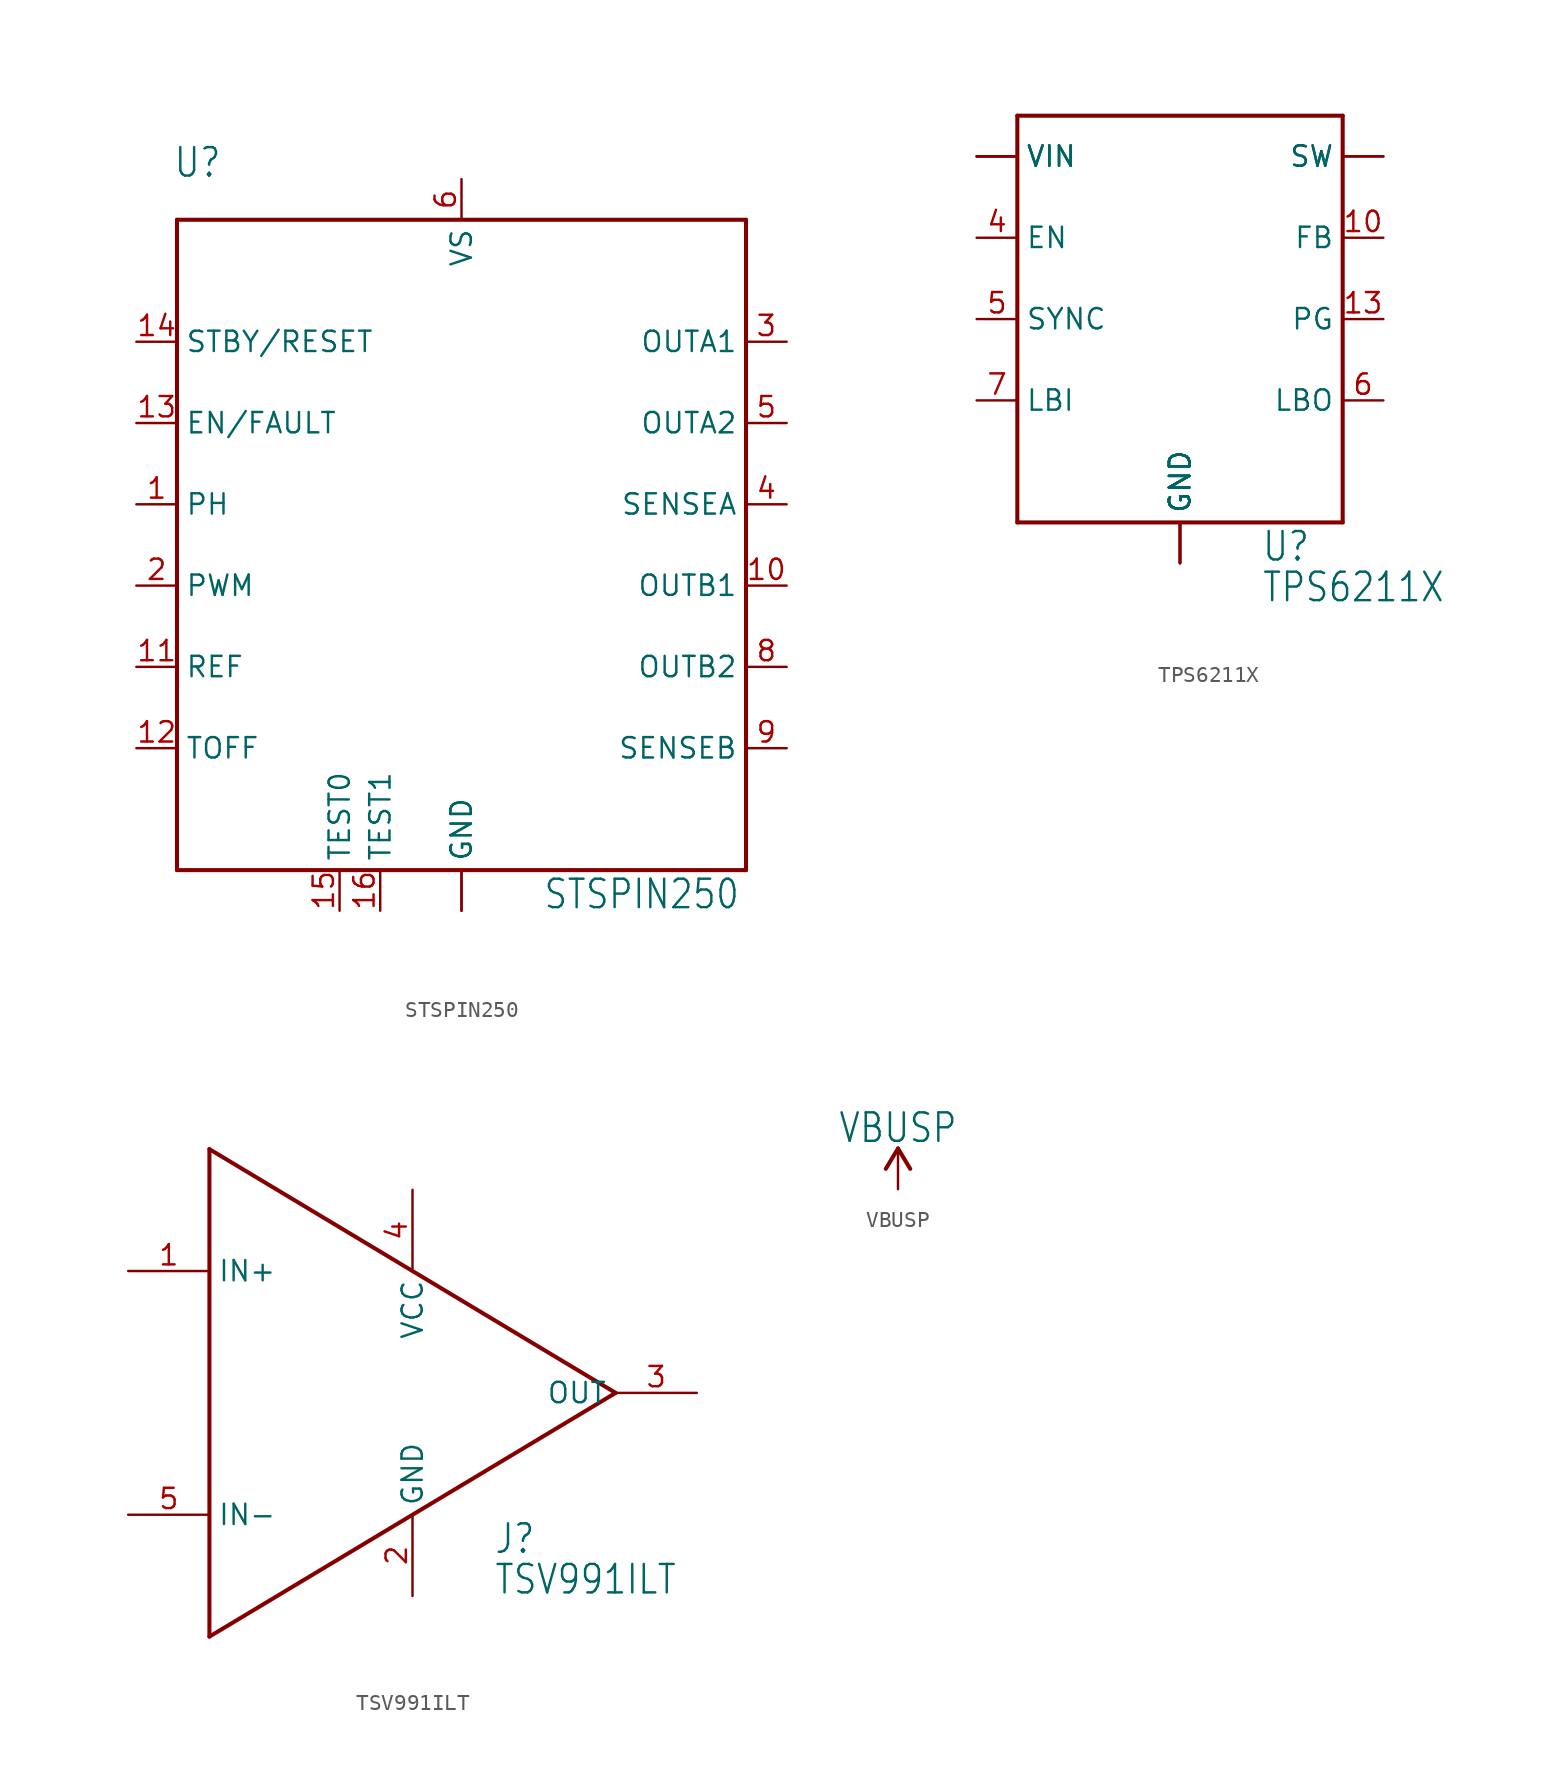
<source format=kicad_sym>
(kicad_symbol_lib
  (version 20211014)
  (generator kicad_symbol_editor)
  (symbol "STSPIN250"
    (property "Reference" "U"
      (at -18.034 22.86 0)
      (effects (font (size 1.778 1.511)) (justify left bottom)))
    (property "Value" "STSPIN250"
      (at 5.08 -22.86 0)
      (effects (font (size 1.778 1.511)) (justify left bottom)))
    (property "ki_locked" ""
      (at 0 0 0)
      (effects (font (size 1.27 1.27))))
    (symbol "STSPIN250_1_0"
      (polyline (pts (xy -17.78 -20.32) (xy 17.78 -20.32)) (stroke (width 0.254) (type default)) (fill (type none)))
      (polyline (pts (xy -17.78 20.32) (xy -17.78 -20.32)) (stroke (width 0.254) (type default)) (fill (type none)))
      (polyline (pts (xy 17.78 -20.32) (xy 17.78 20.32)) (stroke (width 0.254) (type default)) (fill (type none)))
      (polyline (pts (xy 17.78 20.32) (xy -17.78 20.32)) (stroke (width 0.254) (type default)) (fill (type none)))
      (pin input line (at -20.32 2.54 0) (length 2.54) (name "PH" (effects (font (size 1.27 1.27)))) (number "1" (effects (font (size 1.27 1.27)))))
      (pin output line (at 20.32 -2.54 180) (length 2.54) (name "OUTB1" (effects (font (size 1.27 1.27)))) (number "10" (effects (font (size 1.27 1.27)))))
      (pin passive line (at -20.32 -7.62 0) (length 2.54) (name "REF" (effects (font (size 1.27 1.27)))) (number "11" (effects (font (size 1.27 1.27)))))
      (pin passive line (at -20.32 -12.7 0) (length 2.54) (name "TOFF" (effects (font (size 1.27 1.27)))) (number "12" (effects (font (size 1.27 1.27)))))
      (pin bidirectional line (at -20.32 7.62 0) (length 2.54) (name "EN/FAULT" (effects (font (size 1.27 1.27)))) (number "13" (effects (font (size 1.27 1.27)))))
      (pin bidirectional line (at -20.32 12.7 0) (length 2.54) (name "STBY/RESET" (effects (font (size 1.27 1.27)))) (number "14" (effects (font (size 1.27 1.27)))))
      (pin bidirectional line (at -7.62 -22.86 90) (length 2.54) (name "TEST0" (effects (font (size 1.27 1.27)))) (number "15" (effects (font (size 1.27 1.27)))))
      (pin bidirectional line (at -5.08 -22.86 90) (length 2.54) (name "TEST1" (effects (font (size 1.27 1.27)))) (number "16" (effects (font (size 1.27 1.27)))))
      (pin input line (at -20.32 -2.54 0) (length 2.54) (name "PWM" (effects (font (size 1.27 1.27)))) (number "2" (effects (font (size 1.27 1.27)))))
      (pin output line (at 20.32 12.7 180) (length 2.54) (name "OUTA1" (effects (font (size 1.27 1.27)))) (number "3" (effects (font (size 1.27 1.27)))))
      (pin output line (at 20.32 2.54 180) (length 2.54) (name "SENSEA" (effects (font (size 1.27 1.27)))) (number "4" (effects (font (size 1.27 1.27)))))
      (pin output line (at 20.32 7.62 180) (length 2.54) (name "OUTA2" (effects (font (size 1.27 1.27)))) (number "5" (effects (font (size 1.27 1.27)))))
      (pin power_in line (at 0 22.86 270) (length 2.54) (name "VS" (effects (font (size 1.27 1.27)))) (number "6" (effects (font (size 1.27 1.27)))))
      (pin power_in line (at 0 -22.86 90) (length 2.54) (name "GND" (effects (font (size 1.27 1.27)))) (number "7" (effects (font (size 0 0)))))
      (pin output line (at 20.32 -7.62 180) (length 2.54) (name "OUTB2" (effects (font (size 1.27 1.27)))) (number "8" (effects (font (size 1.27 1.27)))))
      (pin output line (at 20.32 -12.7 180) (length 2.54) (name "SENSEB" (effects (font (size 1.27 1.27)))) (number "9" (effects (font (size 1.27 1.27)))))
      (pin power_in line (at 0 -22.86 90) (length 2.54) (name "GND" (effects (font (size 1.27 1.27)))) (number "EPAD" (effects (font (size 0 0)))))))
  (symbol "TPS6211X"
    (property "Reference" "U"
      (at 5.08 -17.78 0)
      (effects (font (size 1.778 1.511)) (justify left bottom)))
    (property "Value" "TPS6211X"
      (at 5.08 -20.32 0)
      (effects (font (size 1.778 1.511)) (justify left bottom)))
    (property "ki_locked" ""
      (at 0 0 0)
      (effects (font (size 1.27 1.27))))
    (symbol "TPS6211X_1_0"
      (polyline (pts (xy -10.16 -15.24) (xy -10.16 10.16)) (stroke (width 0.254) (type default)) (fill (type none)))
      (polyline (pts (xy -10.16 10.16) (xy 10.16 10.16)) (stroke (width 0.254) (type default)) (fill (type none)))
      (polyline (pts (xy 10.16 -15.24) (xy -10.16 -15.24)) (stroke (width 0.254) (type default)) (fill (type none)))
      (polyline (pts (xy 10.16 10.16) (xy 10.16 -15.24)) (stroke (width 0.254) (type default)) (fill (type none)))
      (pin power_in line (at 0 -17.78 90) (length 2.54) (name "GND" (effects (font (size 1.27 1.27)))) (number "1" (effects (font (size 0 0)))))
      (pin input line (at 12.7 2.54 180) (length 2.54) (name "FB" (effects (font (size 1.27 1.27)))) (number "10" (effects (font (size 1.27 1.27)))))
      (pin power_in line (at 0 -17.78 90) (length 2.54) (name "GND" (effects (font (size 1.27 1.27)))) (number "11" (effects (font (size 0 0)))))
      (pin power_in line (at 0 -17.78 90) (length 2.54) (name "GND" (effects (font (size 1.27 1.27)))) (number "12" (effects (font (size 0 0)))))
      (pin open_collector line (at 12.7 -2.54 180) (length 2.54) (name "PG" (effects (font (size 1.27 1.27)))) (number "13" (effects (font (size 1.27 1.27)))))
      (pin output line (at 12.7 7.62 180) (length 2.54) (name "SW" (effects (font (size 1.27 1.27)))) (number "14" (effects (font (size 0 0)))))
      (pin output line (at 12.7 7.62 180) (length 2.54) (name "SW" (effects (font (size 1.27 1.27)))) (number "15" (effects (font (size 0 0)))))
      (pin power_in line (at 0 -17.78 90) (length 2.54) (name "GND" (effects (font (size 1.27 1.27)))) (number "16" (effects (font (size 0 0)))))
      (pin power_in line (at -12.7 7.62 0) (length 2.54) (name "VIN" (effects (font (size 1.27 1.27)))) (number "2" (effects (font (size 0 0)))))
      (pin power_in line (at -12.7 7.62 0) (length 2.54) (name "VIN" (effects (font (size 1.27 1.27)))) (number "3" (effects (font (size 0 0)))))
      (pin input line (at -12.7 2.54 0) (length 2.54) (name "EN" (effects (font (size 1.27 1.27)))) (number "4" (effects (font (size 1.27 1.27)))))
      (pin input line (at -12.7 -2.54 0) (length 2.54) (name "SYNC" (effects (font (size 1.27 1.27)))) (number "5" (effects (font (size 1.27 1.27)))))
      (pin open_collector line (at 12.7 -7.62 180) (length 2.54) (name "LBO" (effects (font (size 1.27 1.27)))) (number "6" (effects (font (size 1.27 1.27)))))
      (pin input line (at -12.7 -7.62 0) (length 2.54) (name "LBI" (effects (font (size 1.27 1.27)))) (number "7" (effects (font (size 1.27 1.27)))))
      (pin power_in line (at -12.7 7.62 0) (length 2.54) (name "VIN" (effects (font (size 1.27 1.27)))) (number "8" (effects (font (size 0 0)))))
      (pin power_in line (at 0 -17.78 90) (length 2.54) (name "GND" (effects (font (size 1.27 1.27)))) (number "9" (effects (font (size 0 0)))))
      (pin power_in line (at 0 -17.78 90) (length 2.54) (name "GND" (effects (font (size 1.27 1.27)))) (number "PAD" (effects (font (size 0 0)))))))
  (symbol "TSV991ILT"
    (property "Reference" "J"
      (at 7.62 -10.16 0)
      (effects (font (size 1.778 1.511)) (justify left bottom)))
    (property "Value" "TSV991ILT"
      (at 7.62 -12.7 0)
      (effects (font (size 1.778 1.511)) (justify left bottom)))
    (property "ki_locked" ""
      (at 0 0 0)
      (effects (font (size 1.27 1.27))))
    (symbol "TSV991ILT_1_0"
      (polyline (pts (xy -10.16 -15.24) (xy 15.24 0)) (stroke (width 0.254) (type default)) (fill (type none)))
      (polyline (pts (xy -10.16 15.24) (xy -10.16 -15.24)) (stroke (width 0.254) (type default)) (fill (type none)))
      (polyline (pts (xy 15.24 0) (xy -10.16 15.24)) (stroke (width 0.254) (type default)) (fill (type none)))
      (pin bidirectional line (at -15.24 7.62 0) (length 5.08) (name "IN+" (effects (font (size 1.27 1.27)))) (number "1" (effects (font (size 1.27 1.27)))))
      (pin bidirectional line (at 2.54 -12.7 90) (length 5.08) (name "GND" (effects (font (size 1.27 1.27)))) (number "2" (effects (font (size 1.27 1.27)))))
      (pin bidirectional line (at 20.32 0 180) (length 5.08) (name "OUT" (effects (font (size 1.27 1.27)))) (number "3" (effects (font (size 1.27 1.27)))))
      (pin bidirectional line (at 2.54 12.7 270) (length 5.08) (name "VCC" (effects (font (size 1.27 1.27)))) (number "4" (effects (font (size 1.27 1.27)))))
      (pin bidirectional line (at -15.24 -7.62 0) (length 5.08) (name "IN-" (effects (font (size 1.27 1.27)))) (number "5" (effects (font (size 1.27 1.27)))))))
  (symbol "VBUSP"
    (power)
    (property "Reference" "#VBUSP"
      (at 0 0 0)
      (effects (font (size 1.27 1.27)) hide))
    (property "Value" "VBUSP"
      (at 0 2.794 0)
      (effects (font (size 1.778 1.511)) (justify bottom)))
    (property "ki_locked" ""
      (at 0 0 0)
      (effects (font (size 1.27 1.27))))
    (symbol "VBUSP_1_0"
      (polyline (pts (xy 0 2.54) (xy -0.762 1.27)) (stroke (width 0.254) (type default)) (fill (type none)))
      (polyline (pts (xy 0.762 1.27) (xy 0 2.54)) (stroke (width 0.254) (type default)) (fill (type none)))
      (pin power_in line (at 0 0 90) (length 2.54) (name "VBUSP" (effects (font (size 0 0)))) (number "1" (effects (font (size 0 0))))))))
</source>
